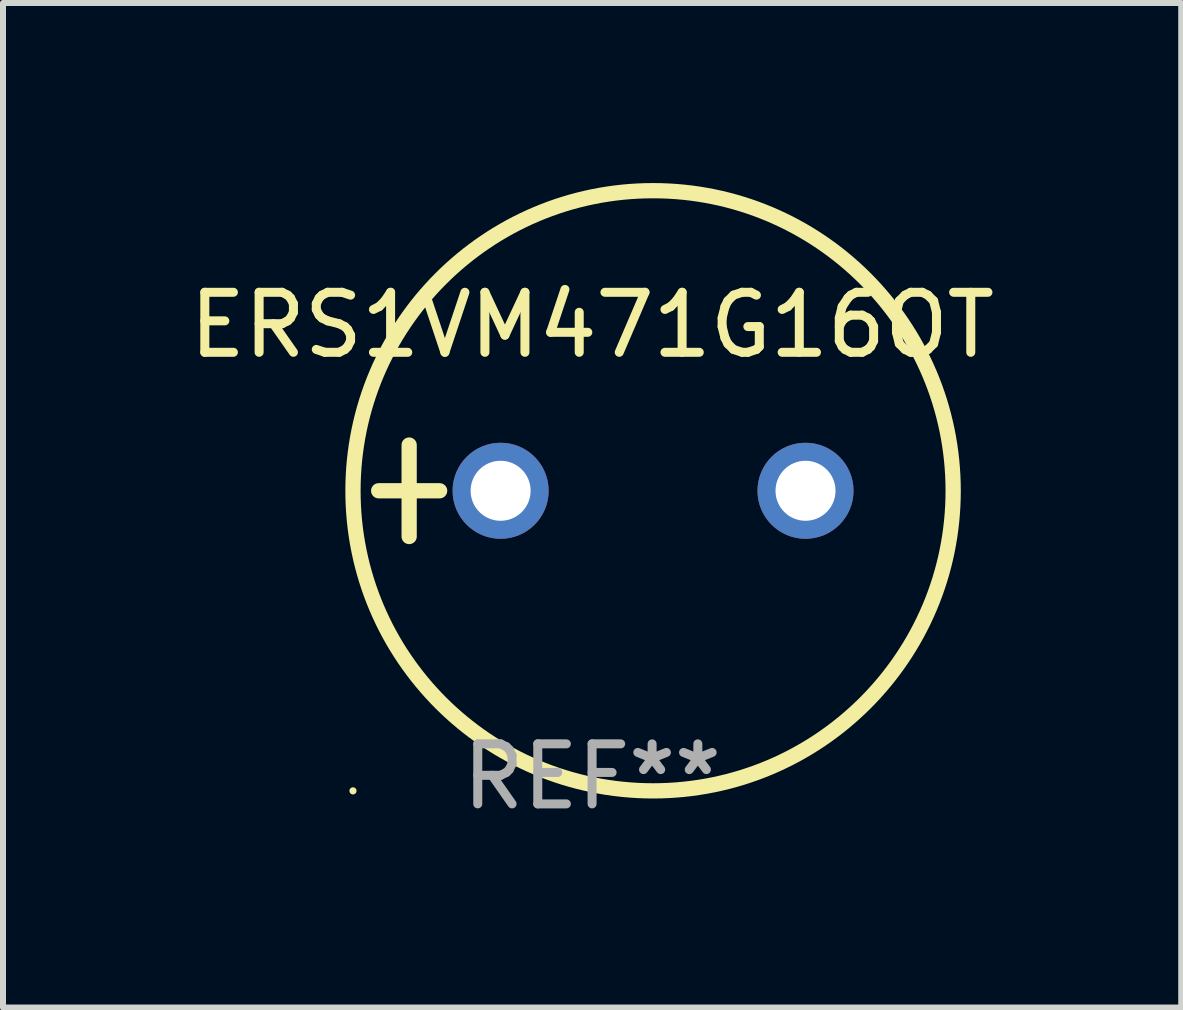
<source format=kicad_pcb>
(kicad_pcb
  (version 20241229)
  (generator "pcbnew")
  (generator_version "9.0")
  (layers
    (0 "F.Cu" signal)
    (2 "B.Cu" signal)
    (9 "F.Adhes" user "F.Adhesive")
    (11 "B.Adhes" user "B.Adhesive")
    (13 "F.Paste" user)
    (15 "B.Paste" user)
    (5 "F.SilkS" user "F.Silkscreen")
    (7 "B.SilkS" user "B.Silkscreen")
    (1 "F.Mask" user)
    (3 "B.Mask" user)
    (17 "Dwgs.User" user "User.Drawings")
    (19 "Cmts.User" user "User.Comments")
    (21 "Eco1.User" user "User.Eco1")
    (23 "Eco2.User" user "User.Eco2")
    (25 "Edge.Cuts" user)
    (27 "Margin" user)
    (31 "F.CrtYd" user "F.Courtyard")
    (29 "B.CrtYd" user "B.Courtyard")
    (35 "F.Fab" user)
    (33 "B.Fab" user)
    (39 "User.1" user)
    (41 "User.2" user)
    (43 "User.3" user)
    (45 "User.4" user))
  (footprint "ERS1VM471G16OT"
    (layer "F.Cu")
    (at 6.815 5.127)
    (property "Reference" "ERS1VM471G16OT" (at 0 -2.762 0) (layer "F.SilkS") (effects (font (size 1 1) (thickness 0.15))))
    (attr through_hole)
    (fp_line (start -3.556 0) (end -2.54 0) (stroke (width 0.254) (type solid)) (layer "F.SilkS"))
    (fp_line (start -3.048 -0.762) (end -3.048 0.762) (stroke (width 0.254) (type solid)) (layer "F.SilkS"))
    (fp_circle (center -3.984 5) (end -3.954 5) (stroke (width 0.06) (type solid)) (fill no) (layer "F.SilkS"))
    (fp_circle (center 1.016 0) (end 6.016 0) (stroke (width 0.254) (type solid)) (fill no) (layer "F.SilkS"))
    (fp_text user "REF**" (at 0 4.762 0) (layer "F.Fab") (effects (font (size 1 1) (thickness 0.15))))
    (pad "1" thru_hole circle (at -1.524 0) (size 1.6 1.6) (drill 1) (layers "*.Cu" "*.Mask"))
    (pad "2" thru_hole circle (at 3.556 0) (size 1.6 1.6) (drill 1) (layers "*.Cu" "*.Mask")))
  (gr_rect
    (start -3 -3)
    (end 16.631 13.737)
    (stroke (width 0.1) (type default))
    (fill no)
    (layer "Edge.Cuts")))
</source>
